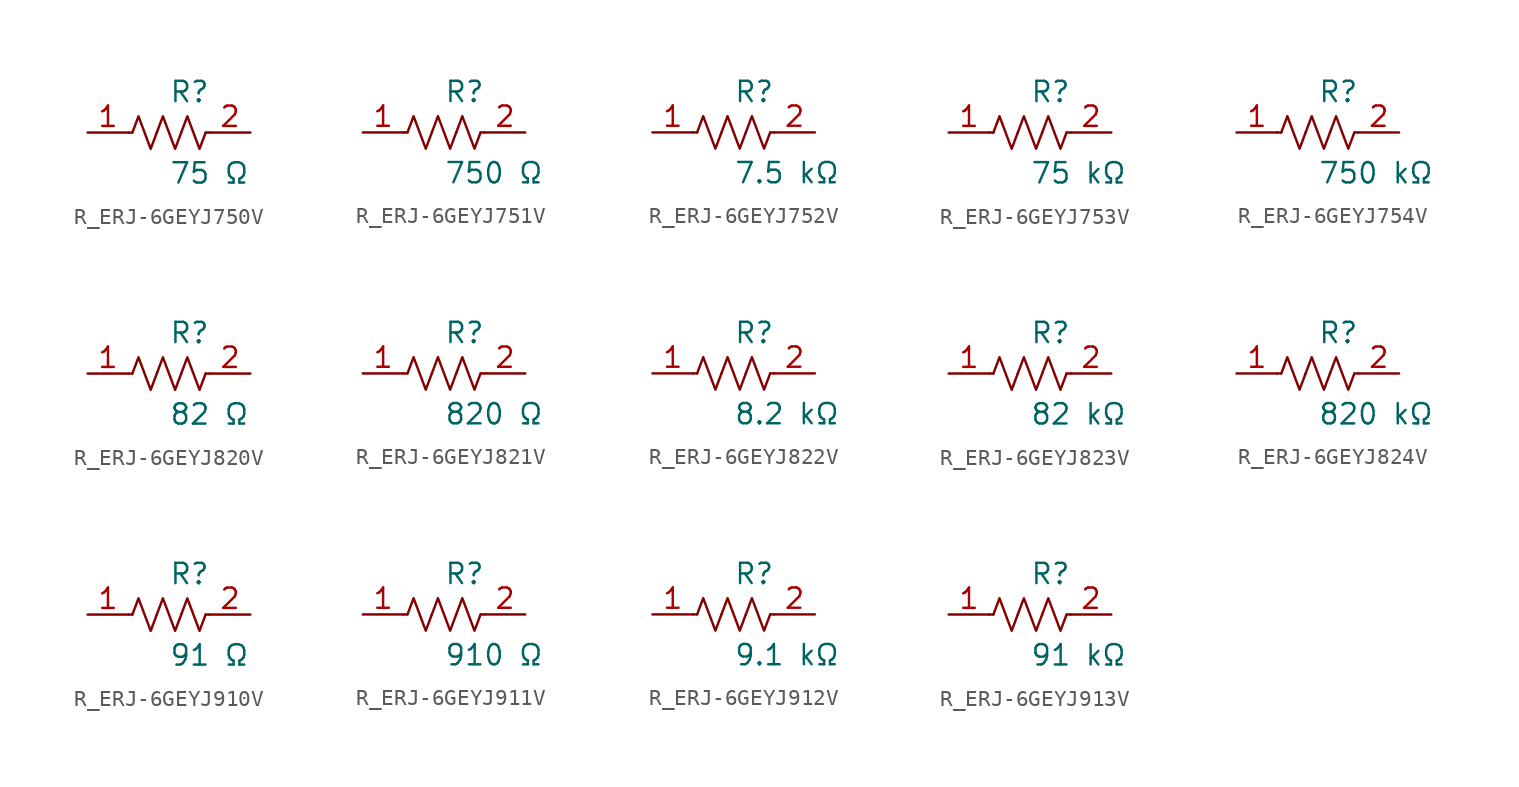
<source format=kicad_sym>
(kicad_symbol_lib
  (version 20231120)
  (generator kicad_symbol_editor)
  (generator_version 8.0)
  (symbol "R_ERJ-6GEYJ750V"
    (pin_names
      (offset 0.254))
    (property "Reference" "R"
      (at 0 2.54 0)
      (effects (font (size 1.27 1.27)) (justify left)))
    (property "Value" "75 Ω"
      (at 0 -2.54 0)
      (effects (font (size 1.27 1.27)) (justify left)))
    (symbol "R_ERJ-6GEYJ750V_0_1"
      (polyline (pts (xy 2.286 0) (xy 2.54 0)) (stroke (width 0) (type default)) (fill (type none)))
      (polyline (pts (xy -2.286 0) (xy -2.54 0)) (stroke (width 0) (type default)) (fill (type none)))
      (polyline (pts (xy 0.762 0) (xy 1.143 1.016) (xy 1.524 0) (xy 1.905 -1.016) (xy 2.286 0)) (stroke (width 0) (type default)) (fill (type none)))
      (polyline (pts (xy -0.762 0) (xy -0.381 1.016) (xy 0 0) (xy 0.381 -1.016) (xy 0.762 0)) (stroke (width 0) (type default)) (fill (type none)))
      (polyline (pts (xy -2.286 0) (xy -1.905 1.016) (xy -1.524 0) (xy -1.143 -1.016) (xy -0.762 0)) (stroke (width 0) (type default)) (fill (type none))))
    (pin passive line
      (at -5.08 0 0)
      (length 2.54)
      (name "" (effects (font (size 1.27 1.27))))
      (number "1" (effects (font (size 1.27 1.27)))))
    (pin passive line
      (at 5.08 0 180)
      (length 2.54)
      (name "" (effects (font (size 1.27 1.27))))
      (number "2" (effects (font (size 1.27 1.27))))))
  (symbol "R_ERJ-6GEYJ751V"
    (pin_names
      (offset 0.254))
    (property "Reference" "R"
      (at 0 2.54 0)
      (effects (font (size 1.27 1.27)) (justify left)))
    (property "Value" "750 Ω"
      (at 0 -2.54 0)
      (effects (font (size 1.27 1.27)) (justify left)))
    (symbol "R_ERJ-6GEYJ751V_0_1"
      (polyline (pts (xy 2.286 0) (xy 2.54 0)) (stroke (width 0) (type default)) (fill (type none)))
      (polyline (pts (xy -2.286 0) (xy -2.54 0)) (stroke (width 0) (type default)) (fill (type none)))
      (polyline (pts (xy 0.762 0) (xy 1.143 1.016) (xy 1.524 0) (xy 1.905 -1.016) (xy 2.286 0)) (stroke (width 0) (type default)) (fill (type none)))
      (polyline (pts (xy -0.762 0) (xy -0.381 1.016) (xy 0 0) (xy 0.381 -1.016) (xy 0.762 0)) (stroke (width 0) (type default)) (fill (type none)))
      (polyline (pts (xy -2.286 0) (xy -1.905 1.016) (xy -1.524 0) (xy -1.143 -1.016) (xy -0.762 0)) (stroke (width 0) (type default)) (fill (type none))))
    (pin passive line
      (at -5.08 0 0)
      (length 2.54)
      (name "" (effects (font (size 1.27 1.27))))
      (number "1" (effects (font (size 1.27 1.27)))))
    (pin passive line
      (at 5.08 0 180)
      (length 2.54)
      (name "" (effects (font (size 1.27 1.27))))
      (number "2" (effects (font (size 1.27 1.27))))))
  (symbol "R_ERJ-6GEYJ752V"
    (pin_names
      (offset 0.254))
    (property "Reference" "R"
      (at 0 2.54 0)
      (effects (font (size 1.27 1.27)) (justify left)))
    (property "Value" "7.5 kΩ"
      (at 0 -2.54 0)
      (effects (font (size 1.27 1.27)) (justify left)))
    (symbol "R_ERJ-6GEYJ752V_0_1"
      (polyline (pts (xy 2.286 0) (xy 2.54 0)) (stroke (width 0) (type default)) (fill (type none)))
      (polyline (pts (xy -2.286 0) (xy -2.54 0)) (stroke (width 0) (type default)) (fill (type none)))
      (polyline (pts (xy 0.762 0) (xy 1.143 1.016) (xy 1.524 0) (xy 1.905 -1.016) (xy 2.286 0)) (stroke (width 0) (type default)) (fill (type none)))
      (polyline (pts (xy -0.762 0) (xy -0.381 1.016) (xy 0 0) (xy 0.381 -1.016) (xy 0.762 0)) (stroke (width 0) (type default)) (fill (type none)))
      (polyline (pts (xy -2.286 0) (xy -1.905 1.016) (xy -1.524 0) (xy -1.143 -1.016) (xy -0.762 0)) (stroke (width 0) (type default)) (fill (type none))))
    (pin passive line
      (at -5.08 0 0)
      (length 2.54)
      (name "" (effects (font (size 1.27 1.27))))
      (number "1" (effects (font (size 1.27 1.27)))))
    (pin passive line
      (at 5.08 0 180)
      (length 2.54)
      (name "" (effects (font (size 1.27 1.27))))
      (number "2" (effects (font (size 1.27 1.27))))))
  (symbol "R_ERJ-6GEYJ753V"
    (pin_names
      (offset 0.254))
    (property "Reference" "R"
      (at 0 2.54 0)
      (effects (font (size 1.27 1.27)) (justify left)))
    (property "Value" "75 kΩ"
      (at 0 -2.54 0)
      (effects (font (size 1.27 1.27)) (justify left)))
    (symbol "R_ERJ-6GEYJ753V_0_1"
      (polyline (pts (xy 2.286 0) (xy 2.54 0)) (stroke (width 0) (type default)) (fill (type none)))
      (polyline (pts (xy -2.286 0) (xy -2.54 0)) (stroke (width 0) (type default)) (fill (type none)))
      (polyline (pts (xy 0.762 0) (xy 1.143 1.016) (xy 1.524 0) (xy 1.905 -1.016) (xy 2.286 0)) (stroke (width 0) (type default)) (fill (type none)))
      (polyline (pts (xy -0.762 0) (xy -0.381 1.016) (xy 0 0) (xy 0.381 -1.016) (xy 0.762 0)) (stroke (width 0) (type default)) (fill (type none)))
      (polyline (pts (xy -2.286 0) (xy -1.905 1.016) (xy -1.524 0) (xy -1.143 -1.016) (xy -0.762 0)) (stroke (width 0) (type default)) (fill (type none))))
    (pin passive line
      (at -5.08 0 0)
      (length 2.54)
      (name "" (effects (font (size 1.27 1.27))))
      (number "1" (effects (font (size 1.27 1.27)))))
    (pin passive line
      (at 5.08 0 180)
      (length 2.54)
      (name "" (effects (font (size 1.27 1.27))))
      (number "2" (effects (font (size 1.27 1.27))))))
  (symbol "R_ERJ-6GEYJ754V"
    (pin_names
      (offset 0.254))
    (property "Reference" "R"
      (at 0 2.54 0)
      (effects (font (size 1.27 1.27)) (justify left)))
    (property "Value" "750 kΩ"
      (at 0 -2.54 0)
      (effects (font (size 1.27 1.27)) (justify left)))
    (symbol "R_ERJ-6GEYJ754V_0_1"
      (polyline (pts (xy 2.286 0) (xy 2.54 0)) (stroke (width 0) (type default)) (fill (type none)))
      (polyline (pts (xy -2.286 0) (xy -2.54 0)) (stroke (width 0) (type default)) (fill (type none)))
      (polyline (pts (xy 0.762 0) (xy 1.143 1.016) (xy 1.524 0) (xy 1.905 -1.016) (xy 2.286 0)) (stroke (width 0) (type default)) (fill (type none)))
      (polyline (pts (xy -0.762 0) (xy -0.381 1.016) (xy 0 0) (xy 0.381 -1.016) (xy 0.762 0)) (stroke (width 0) (type default)) (fill (type none)))
      (polyline (pts (xy -2.286 0) (xy -1.905 1.016) (xy -1.524 0) (xy -1.143 -1.016) (xy -0.762 0)) (stroke (width 0) (type default)) (fill (type none))))
    (pin passive line
      (at -5.08 0 0)
      (length 2.54)
      (name "" (effects (font (size 1.27 1.27))))
      (number "1" (effects (font (size 1.27 1.27)))))
    (pin passive line
      (at 5.08 0 180)
      (length 2.54)
      (name "" (effects (font (size 1.27 1.27))))
      (number "2" (effects (font (size 1.27 1.27))))))
  (symbol "R_ERJ-6GEYJ820V"
    (pin_names
      (offset 0.254))
    (property "Reference" "R"
      (at 0 2.54 0)
      (effects (font (size 1.27 1.27)) (justify left)))
    (property "Value" "82 Ω"
      (at 0 -2.54 0)
      (effects (font (size 1.27 1.27)) (justify left)))
    (symbol "R_ERJ-6GEYJ820V_0_1"
      (polyline (pts (xy 2.286 0) (xy 2.54 0)) (stroke (width 0) (type default)) (fill (type none)))
      (polyline (pts (xy -2.286 0) (xy -2.54 0)) (stroke (width 0) (type default)) (fill (type none)))
      (polyline (pts (xy 0.762 0) (xy 1.143 1.016) (xy 1.524 0) (xy 1.905 -1.016) (xy 2.286 0)) (stroke (width 0) (type default)) (fill (type none)))
      (polyline (pts (xy -0.762 0) (xy -0.381 1.016) (xy 0 0) (xy 0.381 -1.016) (xy 0.762 0)) (stroke (width 0) (type default)) (fill (type none)))
      (polyline (pts (xy -2.286 0) (xy -1.905 1.016) (xy -1.524 0) (xy -1.143 -1.016) (xy -0.762 0)) (stroke (width 0) (type default)) (fill (type none))))
    (pin passive line
      (at -5.08 0 0)
      (length 2.54)
      (name "" (effects (font (size 1.27 1.27))))
      (number "1" (effects (font (size 1.27 1.27)))))
    (pin passive line
      (at 5.08 0 180)
      (length 2.54)
      (name "" (effects (font (size 1.27 1.27))))
      (number "2" (effects (font (size 1.27 1.27))))))
  (symbol "R_ERJ-6GEYJ821V"
    (pin_names
      (offset 0.254))
    (property "Reference" "R"
      (at 0 2.54 0)
      (effects (font (size 1.27 1.27)) (justify left)))
    (property "Value" "820 Ω"
      (at 0 -2.54 0)
      (effects (font (size 1.27 1.27)) (justify left)))
    (symbol "R_ERJ-6GEYJ821V_0_1"
      (polyline (pts (xy 2.286 0) (xy 2.54 0)) (stroke (width 0) (type default)) (fill (type none)))
      (polyline (pts (xy -2.286 0) (xy -2.54 0)) (stroke (width 0) (type default)) (fill (type none)))
      (polyline (pts (xy 0.762 0) (xy 1.143 1.016) (xy 1.524 0) (xy 1.905 -1.016) (xy 2.286 0)) (stroke (width 0) (type default)) (fill (type none)))
      (polyline (pts (xy -0.762 0) (xy -0.381 1.016) (xy 0 0) (xy 0.381 -1.016) (xy 0.762 0)) (stroke (width 0) (type default)) (fill (type none)))
      (polyline (pts (xy -2.286 0) (xy -1.905 1.016) (xy -1.524 0) (xy -1.143 -1.016) (xy -0.762 0)) (stroke (width 0) (type default)) (fill (type none))))
    (pin passive line
      (at -5.08 0 0)
      (length 2.54)
      (name "" (effects (font (size 1.27 1.27))))
      (number "1" (effects (font (size 1.27 1.27)))))
    (pin passive line
      (at 5.08 0 180)
      (length 2.54)
      (name "" (effects (font (size 1.27 1.27))))
      (number "2" (effects (font (size 1.27 1.27))))))
  (symbol "R_ERJ-6GEYJ822V"
    (pin_names
      (offset 0.254))
    (property "Reference" "R"
      (at 0 2.54 0)
      (effects (font (size 1.27 1.27)) (justify left)))
    (property "Value" "8.2 kΩ"
      (at 0 -2.54 0)
      (effects (font (size 1.27 1.27)) (justify left)))
    (symbol "R_ERJ-6GEYJ822V_0_1"
      (polyline (pts (xy 2.286 0) (xy 2.54 0)) (stroke (width 0) (type default)) (fill (type none)))
      (polyline (pts (xy -2.286 0) (xy -2.54 0)) (stroke (width 0) (type default)) (fill (type none)))
      (polyline (pts (xy 0.762 0) (xy 1.143 1.016) (xy 1.524 0) (xy 1.905 -1.016) (xy 2.286 0)) (stroke (width 0) (type default)) (fill (type none)))
      (polyline (pts (xy -0.762 0) (xy -0.381 1.016) (xy 0 0) (xy 0.381 -1.016) (xy 0.762 0)) (stroke (width 0) (type default)) (fill (type none)))
      (polyline (pts (xy -2.286 0) (xy -1.905 1.016) (xy -1.524 0) (xy -1.143 -1.016) (xy -0.762 0)) (stroke (width 0) (type default)) (fill (type none))))
    (pin passive line
      (at -5.08 0 0)
      (length 2.54)
      (name "" (effects (font (size 1.27 1.27))))
      (number "1" (effects (font (size 1.27 1.27)))))
    (pin passive line
      (at 5.08 0 180)
      (length 2.54)
      (name "" (effects (font (size 1.27 1.27))))
      (number "2" (effects (font (size 1.27 1.27))))))
  (symbol "R_ERJ-6GEYJ823V"
    (pin_names
      (offset 0.254))
    (property "Reference" "R"
      (at 0 2.54 0)
      (effects (font (size 1.27 1.27)) (justify left)))
    (property "Value" "82 kΩ"
      (at 0 -2.54 0)
      (effects (font (size 1.27 1.27)) (justify left)))
    (symbol "R_ERJ-6GEYJ823V_0_1"
      (polyline (pts (xy 2.286 0) (xy 2.54 0)) (stroke (width 0) (type default)) (fill (type none)))
      (polyline (pts (xy -2.286 0) (xy -2.54 0)) (stroke (width 0) (type default)) (fill (type none)))
      (polyline (pts (xy 0.762 0) (xy 1.143 1.016) (xy 1.524 0) (xy 1.905 -1.016) (xy 2.286 0)) (stroke (width 0) (type default)) (fill (type none)))
      (polyline (pts (xy -0.762 0) (xy -0.381 1.016) (xy 0 0) (xy 0.381 -1.016) (xy 0.762 0)) (stroke (width 0) (type default)) (fill (type none)))
      (polyline (pts (xy -2.286 0) (xy -1.905 1.016) (xy -1.524 0) (xy -1.143 -1.016) (xy -0.762 0)) (stroke (width 0) (type default)) (fill (type none))))
    (pin passive line
      (at -5.08 0 0)
      (length 2.54)
      (name "" (effects (font (size 1.27 1.27))))
      (number "1" (effects (font (size 1.27 1.27)))))
    (pin passive line
      (at 5.08 0 180)
      (length 2.54)
      (name "" (effects (font (size 1.27 1.27))))
      (number "2" (effects (font (size 1.27 1.27))))))
  (symbol "R_ERJ-6GEYJ824V"
    (pin_names
      (offset 0.254))
    (property "Reference" "R"
      (at 0 2.54 0)
      (effects (font (size 1.27 1.27)) (justify left)))
    (property "Value" "820 kΩ"
      (at 0 -2.54 0)
      (effects (font (size 1.27 1.27)) (justify left)))
    (symbol "R_ERJ-6GEYJ824V_0_1"
      (polyline (pts (xy 2.286 0) (xy 2.54 0)) (stroke (width 0) (type default)) (fill (type none)))
      (polyline (pts (xy -2.286 0) (xy -2.54 0)) (stroke (width 0) (type default)) (fill (type none)))
      (polyline (pts (xy 0.762 0) (xy 1.143 1.016) (xy 1.524 0) (xy 1.905 -1.016) (xy 2.286 0)) (stroke (width 0) (type default)) (fill (type none)))
      (polyline (pts (xy -0.762 0) (xy -0.381 1.016) (xy 0 0) (xy 0.381 -1.016) (xy 0.762 0)) (stroke (width 0) (type default)) (fill (type none)))
      (polyline (pts (xy -2.286 0) (xy -1.905 1.016) (xy -1.524 0) (xy -1.143 -1.016) (xy -0.762 0)) (stroke (width 0) (type default)) (fill (type none))))
    (pin passive line
      (at -5.08 0 0)
      (length 2.54)
      (name "" (effects (font (size 1.27 1.27))))
      (number "1" (effects (font (size 1.27 1.27)))))
    (pin passive line
      (at 5.08 0 180)
      (length 2.54)
      (name "" (effects (font (size 1.27 1.27))))
      (number "2" (effects (font (size 1.27 1.27))))))
  (symbol "R_ERJ-6GEYJ910V"
    (pin_names
      (offset 0.254))
    (property "Reference" "R"
      (at 0 2.54 0)
      (effects (font (size 1.27 1.27)) (justify left)))
    (property "Value" "91 Ω"
      (at 0 -2.54 0)
      (effects (font (size 1.27 1.27)) (justify left)))
    (symbol "R_ERJ-6GEYJ910V_0_1"
      (polyline (pts (xy 2.286 0) (xy 2.54 0)) (stroke (width 0) (type default)) (fill (type none)))
      (polyline (pts (xy -2.286 0) (xy -2.54 0)) (stroke (width 0) (type default)) (fill (type none)))
      (polyline (pts (xy 0.762 0) (xy 1.143 1.016) (xy 1.524 0) (xy 1.905 -1.016) (xy 2.286 0)) (stroke (width 0) (type default)) (fill (type none)))
      (polyline (pts (xy -0.762 0) (xy -0.381 1.016) (xy 0 0) (xy 0.381 -1.016) (xy 0.762 0)) (stroke (width 0) (type default)) (fill (type none)))
      (polyline (pts (xy -2.286 0) (xy -1.905 1.016) (xy -1.524 0) (xy -1.143 -1.016) (xy -0.762 0)) (stroke (width 0) (type default)) (fill (type none))))
    (pin passive line
      (at -5.08 0 0)
      (length 2.54)
      (name "" (effects (font (size 1.27 1.27))))
      (number "1" (effects (font (size 1.27 1.27)))))
    (pin passive line
      (at 5.08 0 180)
      (length 2.54)
      (name "" (effects (font (size 1.27 1.27))))
      (number "2" (effects (font (size 1.27 1.27))))))
  (symbol "R_ERJ-6GEYJ911V"
    (pin_names
      (offset 0.254))
    (property "Reference" "R"
      (at 0 2.54 0)
      (effects (font (size 1.27 1.27)) (justify left)))
    (property "Value" "910 Ω"
      (at 0 -2.54 0)
      (effects (font (size 1.27 1.27)) (justify left)))
    (symbol "R_ERJ-6GEYJ911V_0_1"
      (polyline (pts (xy 2.286 0) (xy 2.54 0)) (stroke (width 0) (type default)) (fill (type none)))
      (polyline (pts (xy -2.286 0) (xy -2.54 0)) (stroke (width 0) (type default)) (fill (type none)))
      (polyline (pts (xy 0.762 0) (xy 1.143 1.016) (xy 1.524 0) (xy 1.905 -1.016) (xy 2.286 0)) (stroke (width 0) (type default)) (fill (type none)))
      (polyline (pts (xy -0.762 0) (xy -0.381 1.016) (xy 0 0) (xy 0.381 -1.016) (xy 0.762 0)) (stroke (width 0) (type default)) (fill (type none)))
      (polyline (pts (xy -2.286 0) (xy -1.905 1.016) (xy -1.524 0) (xy -1.143 -1.016) (xy -0.762 0)) (stroke (width 0) (type default)) (fill (type none))))
    (pin passive line
      (at -5.08 0 0)
      (length 2.54)
      (name "" (effects (font (size 1.27 1.27))))
      (number "1" (effects (font (size 1.27 1.27)))))
    (pin passive line
      (at 5.08 0 180)
      (length 2.54)
      (name "" (effects (font (size 1.27 1.27))))
      (number "2" (effects (font (size 1.27 1.27))))))
  (symbol "R_ERJ-6GEYJ912V"
    (pin_names
      (offset 0.254))
    (property "Reference" "R"
      (at 0 2.54 0)
      (effects (font (size 1.27 1.27)) (justify left)))
    (property "Value" "9.1 kΩ"
      (at 0 -2.54 0)
      (effects (font (size 1.27 1.27)) (justify left)))
    (symbol "R_ERJ-6GEYJ912V_0_1"
      (polyline (pts (xy 2.286 0) (xy 2.54 0)) (stroke (width 0) (type default)) (fill (type none)))
      (polyline (pts (xy -2.286 0) (xy -2.54 0)) (stroke (width 0) (type default)) (fill (type none)))
      (polyline (pts (xy 0.762 0) (xy 1.143 1.016) (xy 1.524 0) (xy 1.905 -1.016) (xy 2.286 0)) (stroke (width 0) (type default)) (fill (type none)))
      (polyline (pts (xy -0.762 0) (xy -0.381 1.016) (xy 0 0) (xy 0.381 -1.016) (xy 0.762 0)) (stroke (width 0) (type default)) (fill (type none)))
      (polyline (pts (xy -2.286 0) (xy -1.905 1.016) (xy -1.524 0) (xy -1.143 -1.016) (xy -0.762 0)) (stroke (width 0) (type default)) (fill (type none))))
    (pin passive line
      (at -5.08 0 0)
      (length 2.54)
      (name "" (effects (font (size 1.27 1.27))))
      (number "1" (effects (font (size 1.27 1.27)))))
    (pin passive line
      (at 5.08 0 180)
      (length 2.54)
      (name "" (effects (font (size 1.27 1.27))))
      (number "2" (effects (font (size 1.27 1.27))))))
  (symbol "R_ERJ-6GEYJ913V"
    (pin_names
      (offset 0.254))
    (property "Reference" "R"
      (at 0 2.54 0)
      (effects (font (size 1.27 1.27)) (justify left)))
    (property "Value" "91 kΩ"
      (at 0 -2.54 0)
      (effects (font (size 1.27 1.27)) (justify left)))
    (symbol "R_ERJ-6GEYJ913V_0_1"
      (polyline (pts (xy 2.286 0) (xy 2.54 0)) (stroke (width 0) (type default)) (fill (type none)))
      (polyline (pts (xy -2.286 0) (xy -2.54 0)) (stroke (width 0) (type default)) (fill (type none)))
      (polyline (pts (xy 0.762 0) (xy 1.143 1.016) (xy 1.524 0) (xy 1.905 -1.016) (xy 2.286 0)) (stroke (width 0) (type default)) (fill (type none)))
      (polyline (pts (xy -0.762 0) (xy -0.381 1.016) (xy 0 0) (xy 0.381 -1.016) (xy 0.762 0)) (stroke (width 0) (type default)) (fill (type none)))
      (polyline (pts (xy -2.286 0) (xy -1.905 1.016) (xy -1.524 0) (xy -1.143 -1.016) (xy -0.762 0)) (stroke (width 0) (type default)) (fill (type none))))
    (pin passive line
      (at -5.08 0 0)
      (length 2.54)
      (name "" (effects (font (size 1.27 1.27))))
      (number "1" (effects (font (size 1.27 1.27)))))
    (pin passive line
      (at 5.08 0 180)
      (length 2.54)
      (name "" (effects (font (size 1.27 1.27))))
      (number "2" (effects (font (size 1.27 1.27)))))))
</source>
